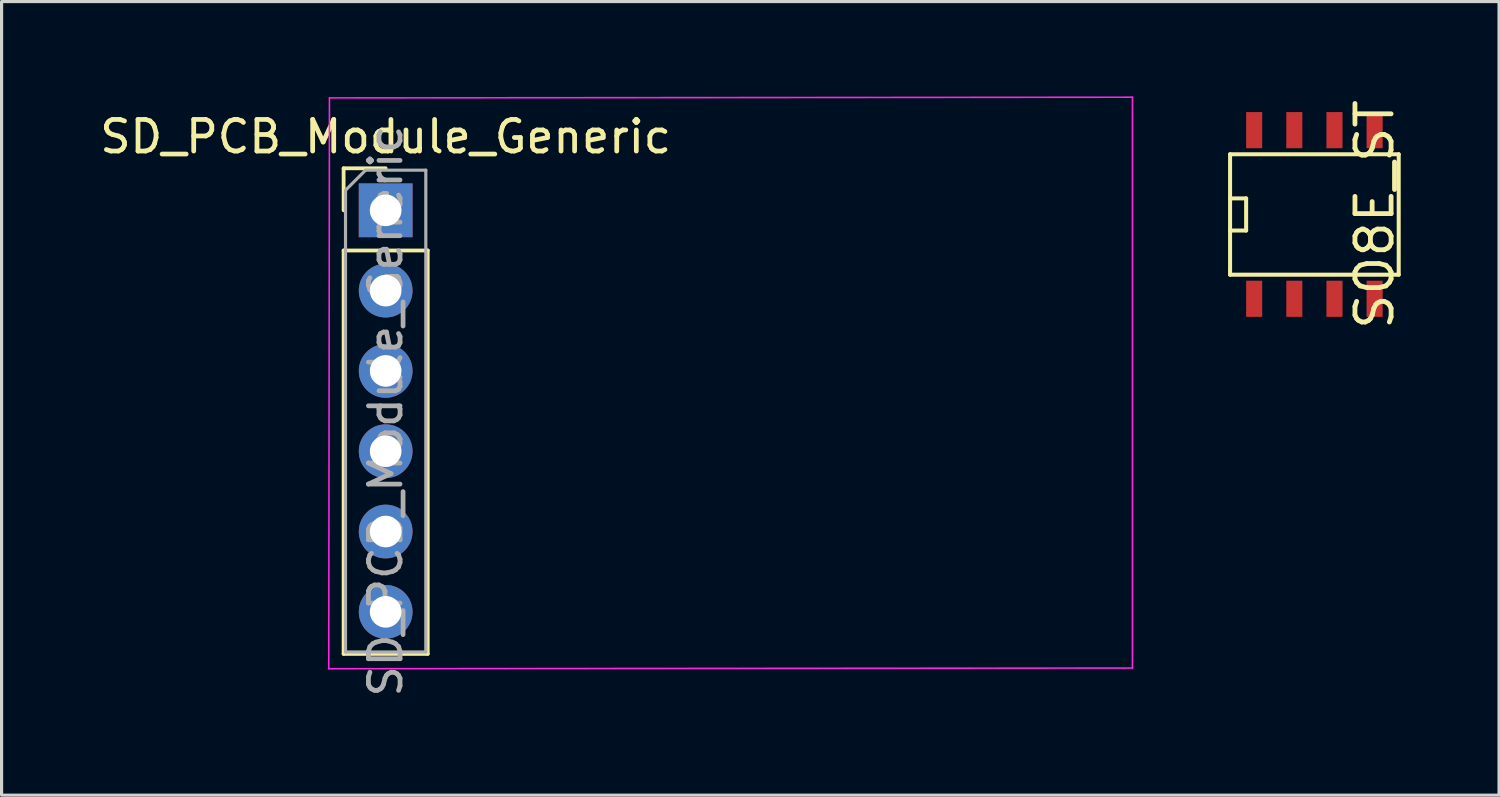
<source format=kicad_pcb>
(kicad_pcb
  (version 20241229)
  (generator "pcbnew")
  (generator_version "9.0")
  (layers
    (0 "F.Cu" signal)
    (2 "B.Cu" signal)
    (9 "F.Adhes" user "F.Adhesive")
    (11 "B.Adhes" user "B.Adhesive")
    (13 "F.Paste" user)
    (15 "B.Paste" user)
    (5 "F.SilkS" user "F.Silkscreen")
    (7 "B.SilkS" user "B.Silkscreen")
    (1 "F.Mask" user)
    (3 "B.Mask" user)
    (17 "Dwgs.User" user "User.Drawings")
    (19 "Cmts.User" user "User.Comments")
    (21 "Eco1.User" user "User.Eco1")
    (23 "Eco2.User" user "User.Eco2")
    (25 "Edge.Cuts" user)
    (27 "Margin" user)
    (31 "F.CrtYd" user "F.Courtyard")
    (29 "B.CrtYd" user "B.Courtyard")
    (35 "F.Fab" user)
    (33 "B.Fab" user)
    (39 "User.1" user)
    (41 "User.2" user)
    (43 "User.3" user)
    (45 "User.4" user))
  (footprint "SO8E_ST"
    (placed yes)
    (layer "F.Cu")
    (at 38.526 3.734)
    (property "Reference" "SO8E_ST" (at 1.905 0 90) (layer "F.SilkS") (effects (font (size 1.143 1.143) (thickness 0.152))))
    (attr smd)
    (fp_line (start -2.667 -1.905) (end -2.667 1.778) (stroke (width 0.127) (type solid)) (layer "F.SilkS"))
    (fp_line (start -2.667 -0.508) (end -2.159 -0.508) (stroke (width 0.127) (type solid)) (layer "F.SilkS"))
    (fp_line (start -2.667 1.778) (end -2.667 1.905) (stroke (width 0.127) (type solid)) (layer "F.SilkS"))
    (fp_line (start -2.667 1.905) (end 2.667 1.905) (stroke (width 0.127) (type solid)) (layer "F.SilkS"))
    (fp_line (start -2.159 -0.508) (end -2.159 0.508) (stroke (width 0.127) (type solid)) (layer "F.SilkS"))
    (fp_line (start -2.159 0.508) (end -2.667 0.508) (stroke (width 0.127) (type solid)) (layer "F.SilkS"))
    (fp_line (start 2.667 -1.905) (end -2.667 -1.905) (stroke (width 0.127) (type solid)) (layer "F.SilkS"))
    (fp_line (start 2.667 -1.905) (end 2.667 1.905) (stroke (width 0.127) (type solid)) (layer "F.SilkS"))
    (pad "1" smd rect (at 1.905 2.667) (size 0.508 1.143) (layers "F.Cu" "F.Mask" "F.Paste"))
    (pad "2" smd rect (at -1.905 -2.667) (size 0.508 1.143) (layers "F.Cu" "F.Mask" "F.Paste"))
    (pad "2" smd rect (at -0.635 -2.667) (size 0.508 1.143) (layers "F.Cu" "F.Mask" "F.Paste"))
    (pad "2" smd rect (at 0.635 -2.667) (size 0.508 1.143) (layers "F.Cu" "F.Mask" "F.Paste"))
    (pad "2" smd rect (at 1.905 -2.667) (size 0.508 1.143) (layers "F.Cu" "F.Mask" "F.Paste"))
    (pad "3" smd rect (at -1.905 2.667) (size 0.508 1.143) (layers "F.Cu" "F.Mask" "F.Paste"))
    (pad "3" smd rect (at -0.635 2.667) (size 0.508 1.143) (layers "F.Cu" "F.Mask" "F.Paste"))
    (pad "3" smd rect (at 0.635 2.667) (size 0.508 1.143) (layers "F.Cu" "F.Mask" "F.Paste")))
  (footprint "SD_PCB_Module_Generic"
    (layer "F.Cu")
    (at 9.149 3.603)
    (property "Reference" "SD_PCB_Module_Generic" (at 0 -2.33 0) (layer "F.SilkS") (effects (font (size 1 1) (thickness 0.15))))
    (attr through_hole)
    (fp_line (start -1.33 -1.33) (end 0 -1.33) (stroke (width 0.12) (type solid)) (layer "F.SilkS"))
    (fp_line (start -1.33 0) (end -1.33 -1.33) (stroke (width 0.12) (type solid)) (layer "F.SilkS"))
    (fp_line (start -1.33 1.27) (end -1.33 14.03) (stroke (width 0.12) (type solid)) (layer "F.SilkS"))
    (fp_line (start -1.33 1.27) (end 1.33 1.27) (stroke (width 0.12) (type solid)) (layer "F.SilkS"))
    (fp_line (start -1.33 14.03) (end 1.33 14.03) (stroke (width 0.12) (type solid)) (layer "F.SilkS"))
    (fp_line (start 1.33 1.27) (end 1.33 14.03) (stroke (width 0.12) (type solid)) (layer "F.SilkS"))
    (fp_line (start -1.27 -3.429) (end 17.78 -3.429) (stroke (width 0.12) (type solid)) (layer "Eco1.User"))
    (fp_line (start -1.27 14.351) (end -1.27 -3.429) (stroke (width 0.12) (type solid)) (layer "Eco1.User"))
    (fp_line (start 17.78 -3.429) (end 17.78 14.351) (stroke (width 0.12) (type solid)) (layer "Eco1.User"))
    (fp_line (start 17.78 -1.27) (end 20.32 -1.27) (stroke (width 0.12) (type solid)) (layer "Eco1.User"))
    (fp_line (start 17.78 14.351) (end -1.27 14.351) (stroke (width 0.12) (type solid)) (layer "Eco1.User"))
    (fp_line (start 20.32 -1.27) (end 20.32 12.192) (stroke (width 0.12) (type solid)) (layer "Eco1.User"))
    (fp_line (start 20.32 12.192) (end 17.78 12.192) (stroke (width 0.12) (type solid)) (layer "Eco1.User"))
    (fp_line (start -1.8 14.5) (end 23.622 14.478) (stroke (width 0.05) (type solid)) (layer "F.CrtYd"))
    (fp_line (start -1.778 -3.556) (end -1.8 14.5) (stroke (width 0.05) (type solid)) (layer "F.CrtYd"))
    (fp_line (start 23.622 -3.578) (end -1.778 -3.556) (stroke (width 0.05) (type solid)) (layer "F.CrtYd"))
    (fp_line (start 23.622 14.478) (end 23.622 -3.578) (stroke (width 0.05) (type solid)) (layer "F.CrtYd"))
    (fp_line (start -1.27 -0.635) (end -0.635 -1.27) (stroke (width 0.1) (type solid)) (layer "F.Fab"))
    (fp_line (start -1.27 13.97) (end -1.27 -0.635) (stroke (width 0.1) (type solid)) (layer "F.Fab"))
    (fp_line (start -0.635 -1.27) (end 1.27 -1.27) (stroke (width 0.1) (type solid)) (layer "F.Fab"))
    (fp_line (start 1.27 -1.27) (end 1.27 13.97) (stroke (width 0.1) (type solid)) (layer "F.Fab"))
    (fp_line (start 1.27 13.97) (end -1.27 13.97) (stroke (width 0.1) (type solid)) (layer "F.Fab"))
    (fp_text user "${REFERENCE}" (at 0 6.35 90) (layer "F.Fab") (effects (font (size 1 1) (thickness 0.15))))
    (pad "1" thru_hole rect (at 0 0) (size 1.7 1.7) (drill 1) (layers "*.Cu" "*.Mask"))
    (pad "2" thru_hole oval (at 0 2.54) (size 1.7 1.7) (drill 1) (layers "*.Cu" "*.Mask"))
    (pad "3" thru_hole oval (at 0 5.08) (size 1.7 1.7) (drill 1) (layers "*.Cu" "*.Mask"))
    (pad "4" thru_hole oval (at 0 7.62) (size 1.7 1.7) (drill 1) (layers "*.Cu" "*.Mask"))
    (pad "5" thru_hole oval (at 0 10.16) (size 1.7 1.7) (drill 1) (layers "*.Cu" "*.Mask"))
    (pad "6" thru_hole oval (at 0 12.7) (size 1.7 1.7) (drill 1) (layers "*.Cu" "*.Mask")))
  (gr_rect
    (start -3 -3)
    (end 44.367 22.102)
    (stroke (width 0.1) (type default))
    (fill no)
    (layer "Edge.Cuts")))
</source>
